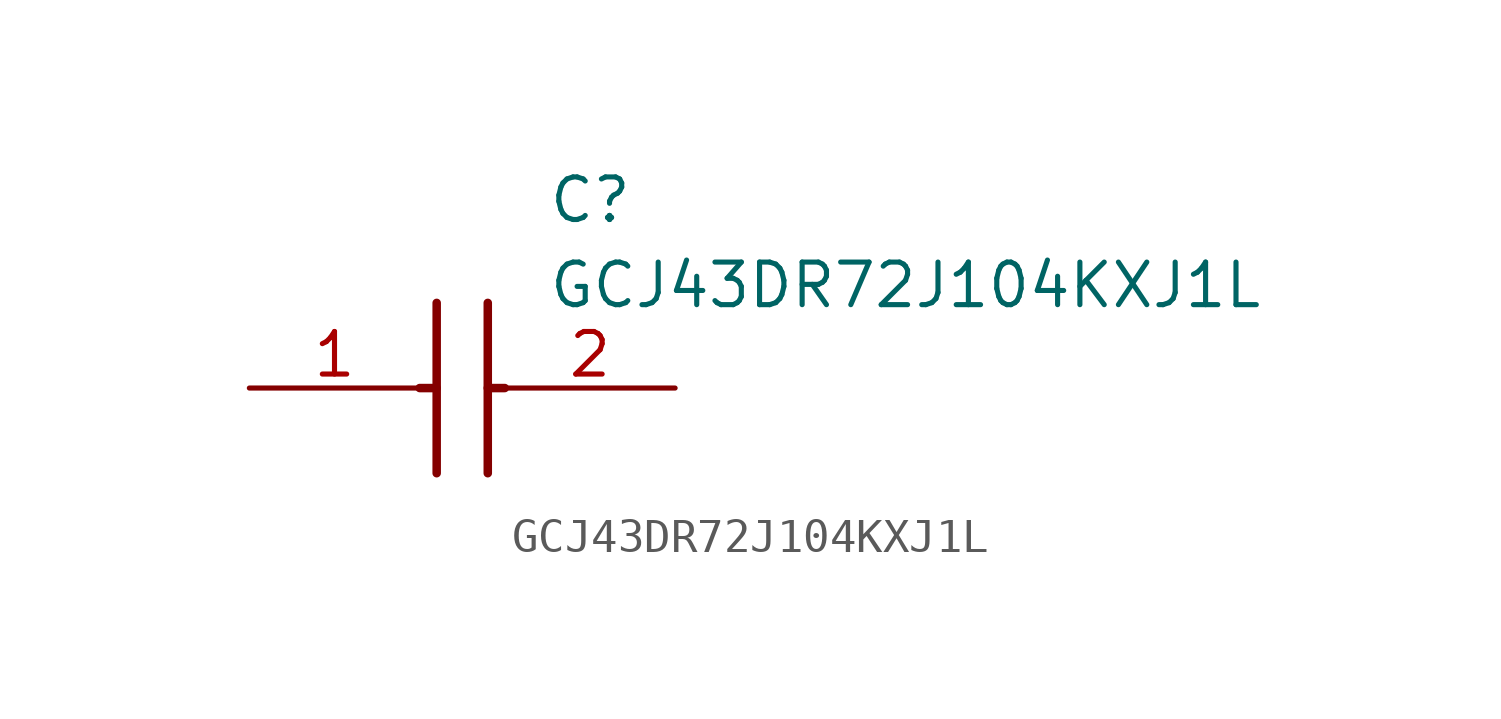
<source format=kicad_sym>
(kicad_symbol_lib
  (version 20211014)
  (generator SamacSys_ECAD_Model)
  (symbol "GCJ43DR72J104KXJ1L"
    (pin_names hide)
    (property "Reference" "C"
      (at 8.89 6.35 0)
      (effects (font (size 1.27 1.27)) (justify left top)))
    (property "Value" "GCJ43DR72J104KXJ1L"
      (at 8.89 3.81 0)
      (effects (font (size 1.27 1.27)) (justify left top)))
    (polyline
      (pts (xy 5.588 2.54) (xy 5.588 -2.54))
      (stroke (width 0.254) (type default))
      (fill (type none)))
    (polyline
      (pts (xy 7.112 2.54) (xy 7.112 -2.54))
      (stroke (width 0.254) (type default))
      (fill (type none)))
    (polyline
      (pts (xy 5.08 0) (xy 5.588 0))
      (stroke (width 0.254) (type default))
      (fill (type none)))
    (polyline
      (pts (xy 7.112 0) (xy 7.62 0))
      (stroke (width 0.254) (type default))
      (fill (type none)))
    (pin passive line
      (at 0 0 0)
      (length 5.08)
      (name "1" (effects (font (size 1.27 1.27))))
      (number "1" (effects (font (size 1.27 1.27)))))
    (pin passive line
      (at 12.7 0 180)
      (length 5.08)
      (name "2" (effects (font (size 1.27 1.27))))
      (number "2" (effects (font (size 1.27 1.27)))))))
</source>
